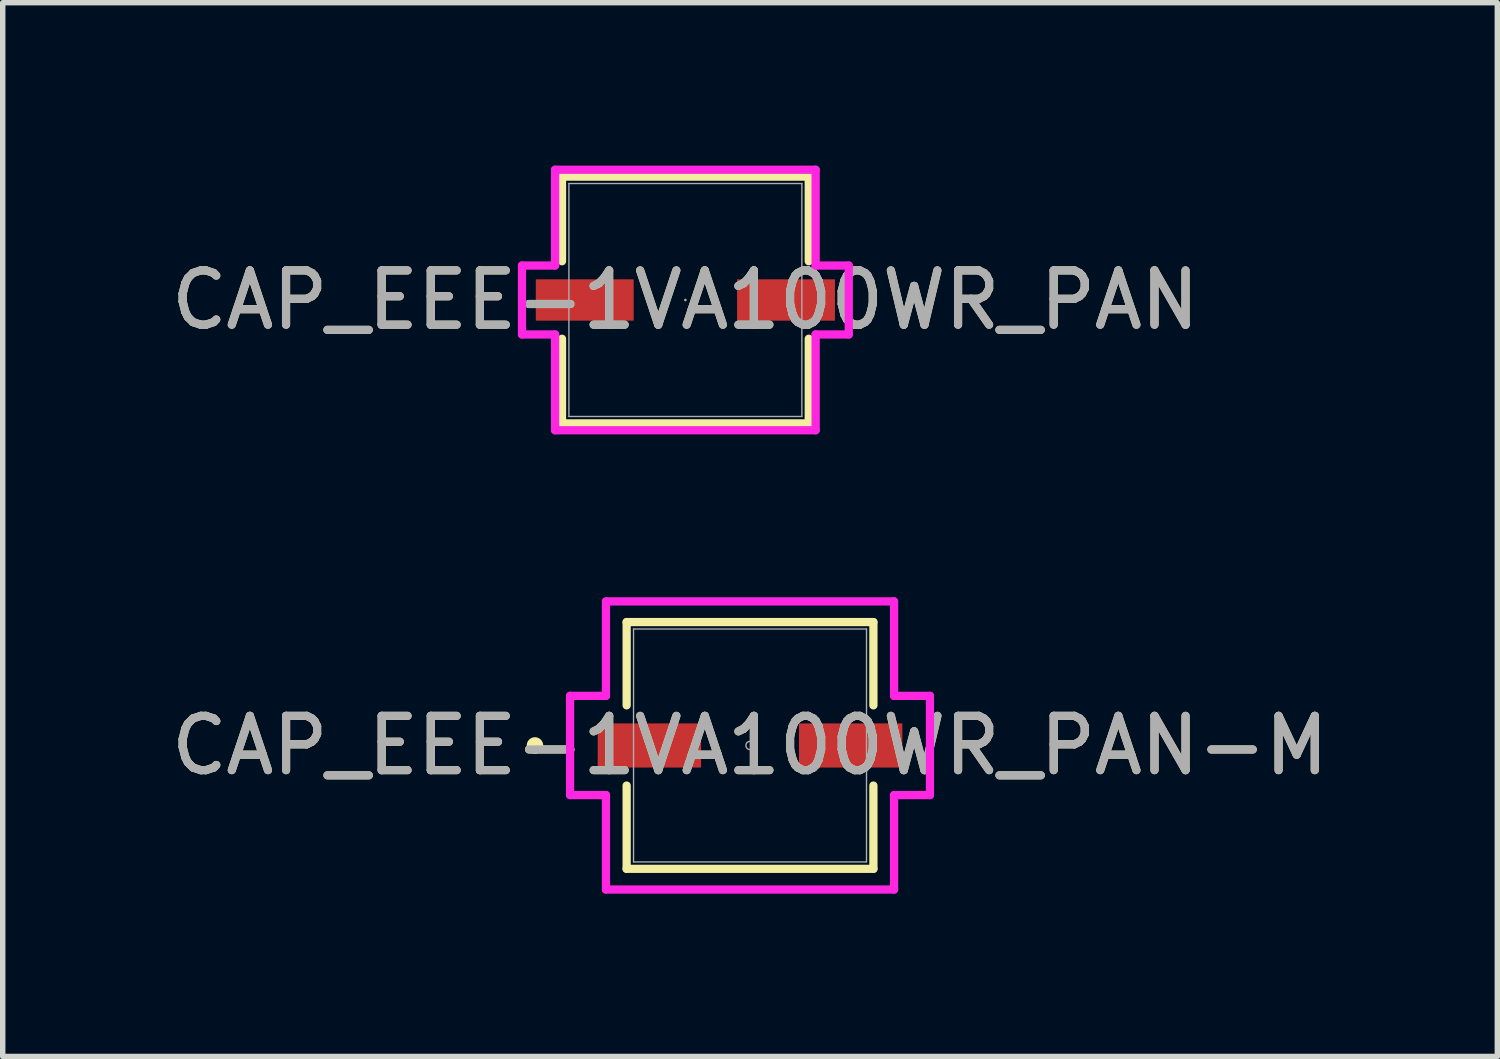
<source format=kicad_pcb>
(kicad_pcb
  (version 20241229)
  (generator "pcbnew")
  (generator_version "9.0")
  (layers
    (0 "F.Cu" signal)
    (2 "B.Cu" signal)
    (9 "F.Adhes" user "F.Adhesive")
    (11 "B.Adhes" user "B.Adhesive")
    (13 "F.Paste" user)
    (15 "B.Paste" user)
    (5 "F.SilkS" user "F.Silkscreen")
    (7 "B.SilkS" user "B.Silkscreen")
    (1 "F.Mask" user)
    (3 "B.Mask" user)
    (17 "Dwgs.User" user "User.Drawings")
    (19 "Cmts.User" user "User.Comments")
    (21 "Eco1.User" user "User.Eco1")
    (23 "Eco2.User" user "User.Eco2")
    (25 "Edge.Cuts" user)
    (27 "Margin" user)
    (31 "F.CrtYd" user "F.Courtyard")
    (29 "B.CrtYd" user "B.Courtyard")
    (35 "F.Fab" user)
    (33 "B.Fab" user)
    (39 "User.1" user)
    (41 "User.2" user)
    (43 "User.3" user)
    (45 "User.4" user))
  (footprint "CAP_EEE-1VA100WR_PAN-M"
    (layer "F.Cu")
    (at 10.768 10.684)
    (property "Reference" "CAP_EEE-1VA100WR_PAN-M" (at 0 0 0) (unlocked yes) (layer "F.SilkS") (effects (font (size 1 1) (thickness 0.15))))
    (attr smd)
    (fp_line (start -2.273 -2.273) (end -2.273 -0.739) (stroke (width 0.152) (type solid)) (layer "F.SilkS"))
    (fp_line (start -2.273 0.739) (end -2.273 2.273) (stroke (width 0.152) (type solid)) (layer "F.SilkS"))
    (fp_line (start -2.273 2.273) (end 2.273 2.273) (stroke (width 0.152) (type solid)) (layer "F.SilkS"))
    (fp_line (start 2.273 -2.273) (end -2.273 -2.273) (stroke (width 0.152) (type solid)) (layer "F.SilkS"))
    (fp_line (start 2.273 -0.739) (end 2.273 -2.273) (stroke (width 0.152) (type solid)) (layer "F.SilkS"))
    (fp_line (start 2.273 2.273) (end 2.273 0.739) (stroke (width 0.152) (type solid)) (layer "F.SilkS"))
    (fp_circle (center -3.962 0) (end -3.886 0) (stroke (width 0.152) (type solid)) (fill no) (layer "F.SilkS"))
    (fp_line (start -3.315 -0.914) (end -2.654 -0.914) (stroke (width 0.152) (type solid)) (layer "F.CrtYd"))
    (fp_line (start -3.315 0.914) (end -3.315 -0.914) (stroke (width 0.152) (type solid)) (layer "F.CrtYd"))
    (fp_line (start -3.315 0.914) (end -2.654 0.914) (stroke (width 0.152) (type solid)) (layer "F.CrtYd"))
    (fp_line (start -2.654 -2.654) (end 2.654 -2.654) (stroke (width 0.152) (type solid)) (layer "F.CrtYd"))
    (fp_line (start -2.654 -0.914) (end -2.654 -2.654) (stroke (width 0.152) (type solid)) (layer "F.CrtYd"))
    (fp_line (start -2.654 2.654) (end -2.654 0.914) (stroke (width 0.152) (type solid)) (layer "F.CrtYd"))
    (fp_line (start 2.654 -2.654) (end 2.654 -0.914) (stroke (width 0.152) (type solid)) (layer "F.CrtYd"))
    (fp_line (start 2.654 0.914) (end 2.654 2.654) (stroke (width 0.152) (type solid)) (layer "F.CrtYd"))
    (fp_line (start 2.654 2.654) (end -2.654 2.654) (stroke (width 0.152) (type solid)) (layer "F.CrtYd"))
    (fp_line (start 3.315 -0.914) (end 2.654 -0.914) (stroke (width 0.152) (type solid)) (layer "F.CrtYd"))
    (fp_line (start 3.315 -0.914) (end 3.315 0.914) (stroke (width 0.152) (type solid)) (layer "F.CrtYd"))
    (fp_line (start 3.315 0.914) (end 2.654 0.914) (stroke (width 0.152) (type solid)) (layer "F.CrtYd"))
    (fp_line (start -2.146 -2.146) (end -2.146 2.146) (stroke (width 0.025) (type solid)) (layer "F.Fab"))
    (fp_line (start -2.146 2.146) (end 2.146 2.146) (stroke (width 0.025) (type solid)) (layer "F.Fab"))
    (fp_line (start 2.146 -2.146) (end -2.146 -2.146) (stroke (width 0.025) (type solid)) (layer "F.Fab"))
    (fp_line (start 2.146 2.146) (end 2.146 -2.146) (stroke (width 0.025) (type solid)) (layer "F.Fab"))
    (fp_circle (center 0 0) (end 0.076 0) (stroke (width 0.025) (type solid)) (fill no) (layer "F.Fab"))
    (fp_text user "${REFERENCE}" (at 0 0 0) (unlocked yes) (layer "F.Fab") (effects (font (size 1 1) (thickness 0.15))))
    (pad "1" smd rect (at -1.854 0) (size 1.905 0.813) (layers "F.Cu" "F.Mask" "F.Paste"))
    (pad "2" smd rect (at 1.854 0) (size 1.905 0.813) (layers "F.Cu" "F.Mask" "F.Paste")))
  (footprint "CAP_EEE-1VA100WR_PAN"
    (layer "F.Cu")
    (at 9.577 2.477)
    (property "Reference" "CAP_EEE-1VA100WR_PAN" (at 0 0 0) (unlocked yes) (layer "F.SilkS") (effects (font (size 1 1) (thickness 0.15))))
    (attr smd)
    (fp_line (start -2.273 -2.273) (end -2.273 -0.714) (stroke (width 0.152) (type solid)) (layer "F.SilkS"))
    (fp_line (start -2.273 0.714) (end -2.273 2.273) (stroke (width 0.152) (type solid)) (layer "F.SilkS"))
    (fp_line (start -2.273 2.273) (end 2.273 2.273) (stroke (width 0.152) (type solid)) (layer "F.SilkS"))
    (fp_line (start 2.273 -2.273) (end -2.273 -2.273) (stroke (width 0.152) (type solid)) (layer "F.SilkS"))
    (fp_line (start 2.273 -0.714) (end 2.273 -2.273) (stroke (width 0.152) (type solid)) (layer "F.SilkS"))
    (fp_line (start 2.273 2.273) (end 2.273 0.714) (stroke (width 0.152) (type solid)) (layer "F.SilkS"))
    (fp_line (start -3.01 -0.635) (end -2.4 -0.635) (stroke (width 0.152) (type solid)) (layer "F.CrtYd"))
    (fp_line (start -3.01 0.635) (end -3.01 -0.635) (stroke (width 0.152) (type solid)) (layer "F.CrtYd"))
    (fp_line (start -3.01 0.635) (end -2.4 0.635) (stroke (width 0.152) (type solid)) (layer "F.CrtYd"))
    (fp_line (start -2.4 -2.4) (end 2.4 -2.4) (stroke (width 0.152) (type solid)) (layer "F.CrtYd"))
    (fp_line (start -2.4 -0.635) (end -2.4 -2.4) (stroke (width 0.152) (type solid)) (layer "F.CrtYd"))
    (fp_line (start -2.4 2.4) (end -2.4 0.635) (stroke (width 0.152) (type solid)) (layer "F.CrtYd"))
    (fp_line (start 2.4 -2.4) (end 2.4 -0.635) (stroke (width 0.152) (type solid)) (layer "F.CrtYd"))
    (fp_line (start 2.4 0.635) (end 2.4 2.4) (stroke (width 0.152) (type solid)) (layer "F.CrtYd"))
    (fp_line (start 2.4 2.4) (end -2.4 2.4) (stroke (width 0.152) (type solid)) (layer "F.CrtYd"))
    (fp_line (start 3.01 -0.635) (end 2.4 -0.635) (stroke (width 0.152) (type solid)) (layer "F.CrtYd"))
    (fp_line (start 3.01 -0.635) (end 3.01 0.635) (stroke (width 0.152) (type solid)) (layer "F.CrtYd"))
    (fp_line (start 3.01 0.635) (end 2.4 0.635) (stroke (width 0.152) (type solid)) (layer "F.CrtYd"))
    (fp_line (start -2.146 -2.146) (end -2.146 2.146) (stroke (width 0.025) (type solid)) (layer "F.Fab"))
    (fp_line (start -2.146 2.146) (end 2.146 2.146) (stroke (width 0.025) (type solid)) (layer "F.Fab"))
    (fp_line (start 2.146 -2.146) (end -2.146 -2.146) (stroke (width 0.025) (type solid)) (layer "F.Fab"))
    (fp_line (start 2.146 2.146) (end 2.146 -2.146) (stroke (width 0.025) (type solid)) (layer "F.Fab"))
    (fp_circle (center 0 0) (end 0 0) (stroke (width 0.025) (type solid)) (fill no) (layer "F.Fab"))
    (fp_text user "${REFERENCE}" (at 0 0 0) (unlocked yes) (layer "F.Fab") (effects (font (size 1 1) (thickness 0.15))))
    (pad "1" smd rect (at -1.854 0) (size 1.803 0.762) (layers "F.Cu" "F.Mask" "F.Paste"))
    (pad "2" smd rect (at 1.854 0) (size 1.803 0.762) (layers "F.Cu" "F.Mask" "F.Paste")))
  (gr_rect
    (start -3 -3)
    (end 24.536 16.414)
    (stroke (width 0.1) (type default))
    (fill no)
    (layer "Edge.Cuts")))
</source>
